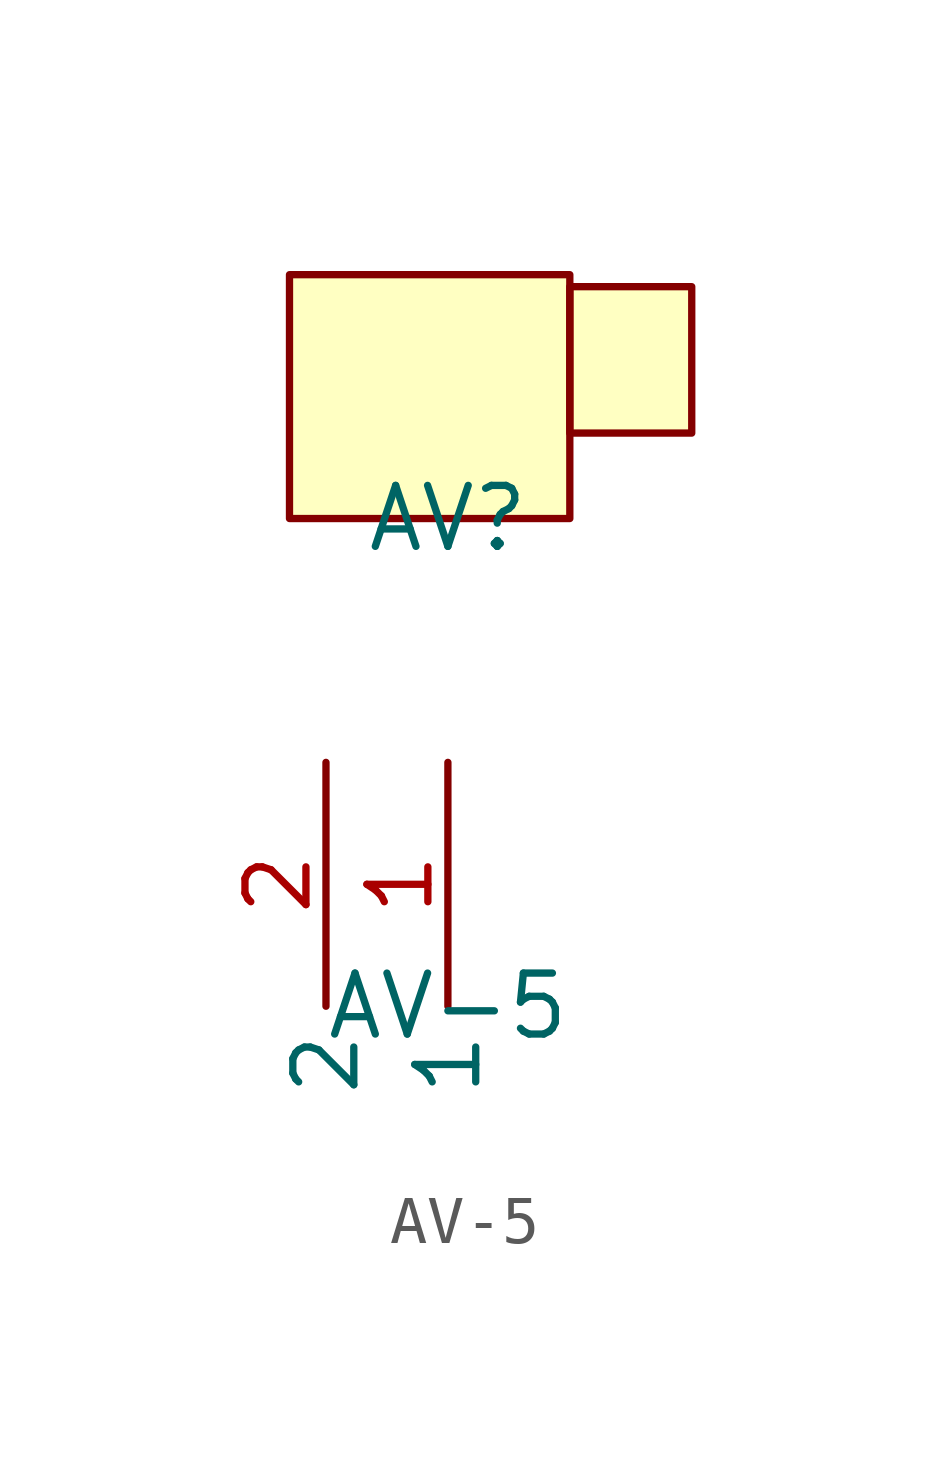
<source format=kicad_sym>
(kicad_symbol_lib
  (version 1)
  (generator "faebryk")
  (symbol "AV-5"
    (property "Reference" "AV"
      (at 0 0 0)
      (effects (font (size 1.27 1.27)) (hide no)))
    (property "Value" "AV-5"
      (at 0 -10.16 0)
      (effects (font (size 1.27 1.27)) (hide no)))
    (symbol "AV-5_0_1"
      (rectangle (start -3.3 5.08) (end 2.54 0) (stroke (width 0) (type default) (color 0 0 0 0)) (fill (type background)))
      (rectangle (start 2.54 4.83) (end 5.08 1.78) (stroke (width 0) (type default) (color 0 0 0 0)) (fill (type background)))
      (pin unspecified line (at 0 -5.08 270) (length 5.08) (name "1" (effects (font (size 1.27 1.27)) (hide no))) (number "1" (effects (font (size 1.27 1.27)) (hide no))))
      (pin unspecified line (at -2.54 -5.08 270) (length 5.08) (name "2" (effects (font (size 1.27 1.27)) (hide no))) (number "2" (effects (font (size 1.27 1.27)) (hide no)))))))
</source>
